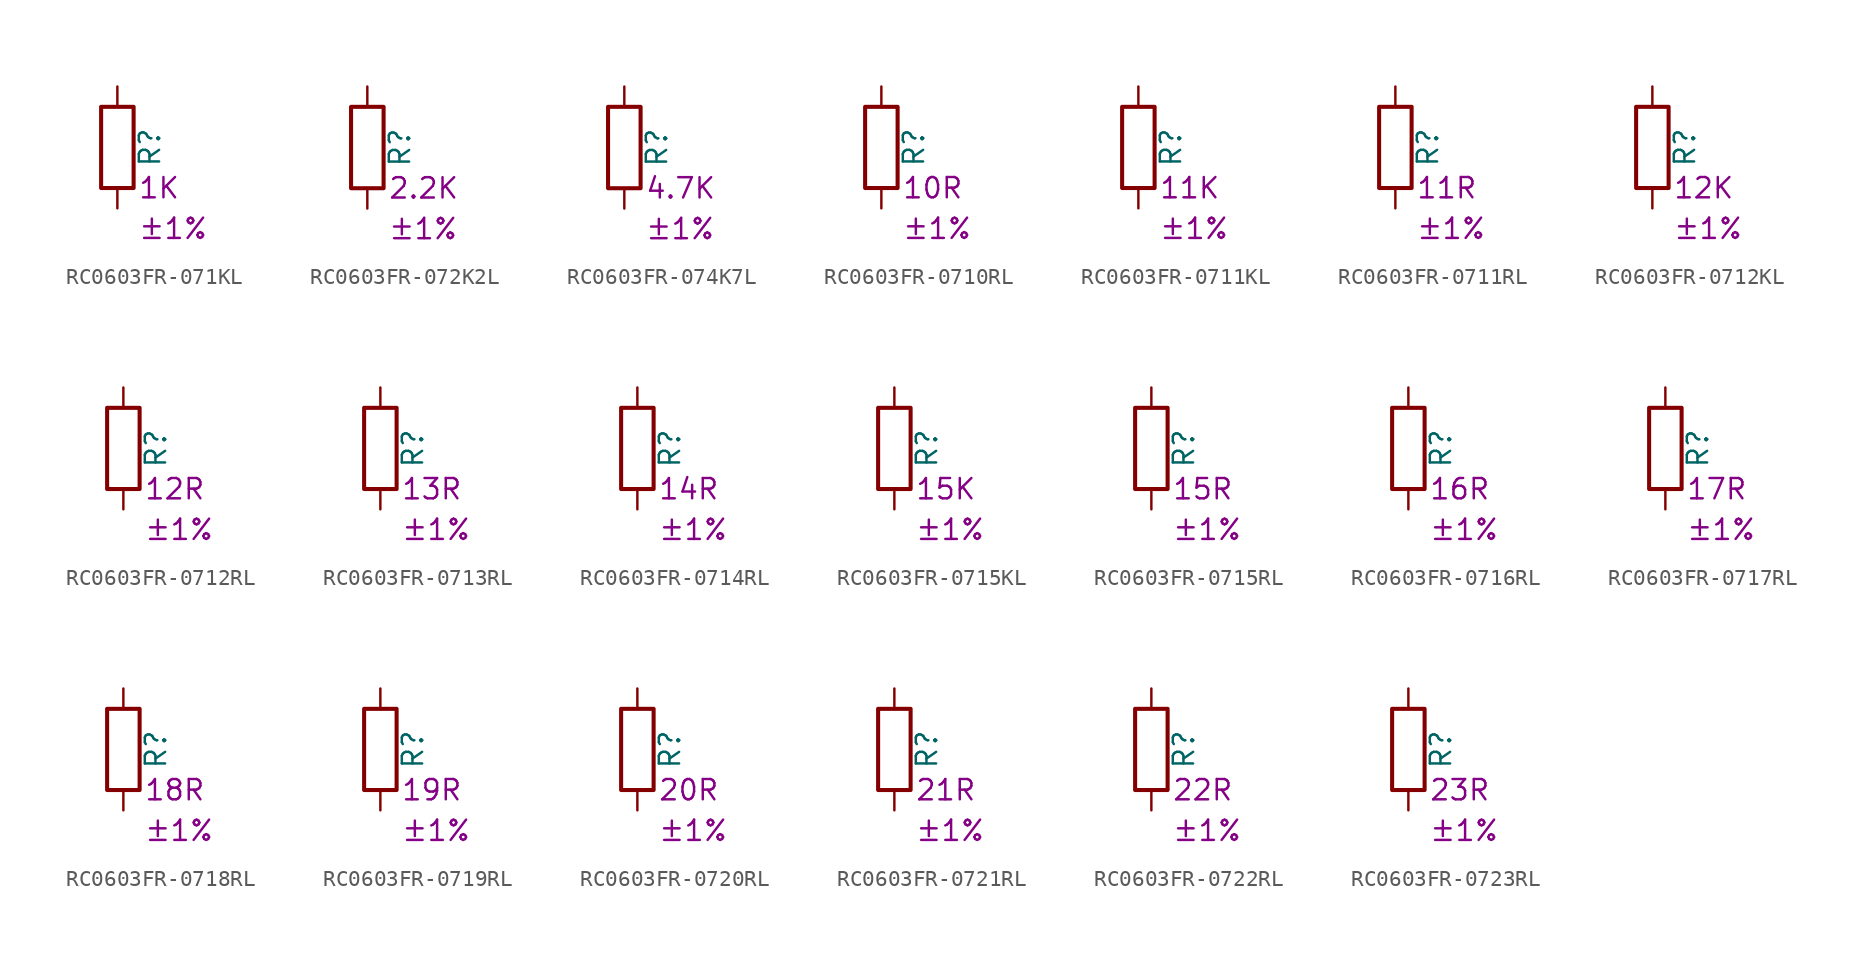
<source format=kicad_sym>
(kicad_symbol_lib
  (version 20220914)
  (generator kicad_symbol_editor)
  (symbol "RC0603FR-071KL"
    (pin_numbers hide)
    (pin_names
      (offset 0))
    (property "Reference" "R"
      (at 2.032 0 90)
      (effects (font (size 1.27 1.27))))
    (property "Resistance" "1K"
      (at 1.27 -2.54 0)
      (effects (font (size 1.27 1.27)) (justify left)))
    (property "Tolerance" "±1%"
      (at 1.27 -5.08 0)
      (effects (font (size 1.27 1.27)) (justify left)))
    (symbol "RC0603FR-071KL_0_1"
      (rectangle (start -1.016 -2.54) (end 1.016 2.54) (stroke (width 0.254) (type default)) (fill (type none))))
    (symbol "RC0603FR-071KL_1_1"
      (pin passive line (at 0 3.81 270) (length 1.27) (name "~" (effects (font (size 1.27 1.27)))) (number "1" (effects (font (size 1.27 1.27)))))
      (pin passive line (at 0 -3.81 90) (length 1.27) (name "~" (effects (font (size 1.27 1.27)))) (number "2" (effects (font (size 1.27 1.27)))))))
  (symbol "RC0603FR-072K2L"
    (pin_numbers hide)
    (pin_names
      (offset 0))
    (property "Reference" "R"
      (at 2.032 0 90)
      (effects (font (size 1.27 1.27))))
    (property "Resistance" "2.2K"
      (at 1.27 -2.54 0)
      (effects (font (size 1.27 1.27)) (justify left)))
    (property "Tolerance" "±1%"
      (at 1.27 -5.08 0)
      (effects (font (size 1.27 1.27)) (justify left)))
    (symbol "RC0603FR-072K2L_0_1"
      (rectangle (start -1.016 -2.54) (end 1.016 2.54) (stroke (width 0.254) (type default)) (fill (type none))))
    (symbol "RC0603FR-072K2L_1_1"
      (pin passive line (at 0 3.81 270) (length 1.27) (name "~" (effects (font (size 1.27 1.27)))) (number "1" (effects (font (size 1.27 1.27)))))
      (pin passive line (at 0 -3.81 90) (length 1.27) (name "~" (effects (font (size 1.27 1.27)))) (number "2" (effects (font (size 1.27 1.27)))))))
  (symbol "RC0603FR-074K7L"
    (pin_numbers hide)
    (pin_names
      (offset 0))
    (property "Reference" "R"
      (at 2.032 0 90)
      (effects (font (size 1.27 1.27))))
    (property "Resistance" "4.7K"
      (at 1.27 -2.54 0)
      (effects (font (size 1.27 1.27)) (justify left)))
    (property "Tolerance" "±1%"
      (at 1.27 -5.08 0)
      (effects (font (size 1.27 1.27)) (justify left)))
    (symbol "RC0603FR-074K7L_0_1"
      (rectangle (start -1.016 -2.54) (end 1.016 2.54) (stroke (width 0.254) (type default)) (fill (type none))))
    (symbol "RC0603FR-074K7L_1_1"
      (pin passive line (at 0 3.81 270) (length 1.27) (name "~" (effects (font (size 1.27 1.27)))) (number "1" (effects (font (size 1.27 1.27)))))
      (pin passive line (at 0 -3.81 90) (length 1.27) (name "~" (effects (font (size 1.27 1.27)))) (number "2" (effects (font (size 1.27 1.27)))))))
  (symbol "RC0603FR-0710RL"
    (pin_numbers hide)
    (pin_names
      (offset 0))
    (property "Reference" "R"
      (at 2.032 0 90)
      (effects (font (size 1.27 1.27))))
    (property "Resistance" "10R"
      (at 1.27 -2.54 0)
      (effects (font (size 1.27 1.27)) (justify left)))
    (property "Tolerance" "±1%"
      (at 1.27 -5.08 0)
      (effects (font (size 1.27 1.27)) (justify left)))
    (symbol "RC0603FR-0710RL_0_1"
      (rectangle (start -1.016 -2.54) (end 1.016 2.54) (stroke (width 0.254) (type default)) (fill (type none))))
    (symbol "RC0603FR-0710RL_1_1"
      (pin passive line (at 0 3.81 270) (length 1.27) (name "~" (effects (font (size 1.27 1.27)))) (number "1" (effects (font (size 1.27 1.27)))))
      (pin passive line (at 0 -3.81 90) (length 1.27) (name "~" (effects (font (size 1.27 1.27)))) (number "2" (effects (font (size 1.27 1.27)))))))
  (symbol "RC0603FR-0711KL"
    (pin_numbers hide)
    (pin_names
      (offset 0))
    (property "Reference" "R"
      (at 2.032 0 90)
      (effects (font (size 1.27 1.27))))
    (property "Resistance" "11K"
      (at 1.27 -2.54 0)
      (effects (font (size 1.27 1.27)) (justify left)))
    (property "Tolerance" "±1%"
      (at 1.27 -5.08 0)
      (effects (font (size 1.27 1.27)) (justify left)))
    (symbol "RC0603FR-0711KL_0_1"
      (rectangle (start -1.016 -2.54) (end 1.016 2.54) (stroke (width 0.254) (type default)) (fill (type none))))
    (symbol "RC0603FR-0711KL_1_1"
      (pin passive line (at 0 3.81 270) (length 1.27) (name "~" (effects (font (size 1.27 1.27)))) (number "1" (effects (font (size 1.27 1.27)))))
      (pin passive line (at 0 -3.81 90) (length 1.27) (name "~" (effects (font (size 1.27 1.27)))) (number "2" (effects (font (size 1.27 1.27)))))))
  (symbol "RC0603FR-0711RL"
    (pin_numbers hide)
    (pin_names
      (offset 0))
    (property "Reference" "R"
      (at 2.032 0 90)
      (effects (font (size 1.27 1.27))))
    (property "Resistance" "11R"
      (at 1.27 -2.54 0)
      (effects (font (size 1.27 1.27)) (justify left)))
    (property "Tolerance" "±1%"
      (at 1.27 -5.08 0)
      (effects (font (size 1.27 1.27)) (justify left)))
    (symbol "RC0603FR-0711RL_0_1"
      (rectangle (start -1.016 -2.54) (end 1.016 2.54) (stroke (width 0.254) (type default)) (fill (type none))))
    (symbol "RC0603FR-0711RL_1_1"
      (pin passive line (at 0 3.81 270) (length 1.27) (name "~" (effects (font (size 1.27 1.27)))) (number "1" (effects (font (size 1.27 1.27)))))
      (pin passive line (at 0 -3.81 90) (length 1.27) (name "~" (effects (font (size 1.27 1.27)))) (number "2" (effects (font (size 1.27 1.27)))))))
  (symbol "RC0603FR-0712KL"
    (pin_numbers hide)
    (pin_names
      (offset 0))
    (property "Reference" "R"
      (at 2.032 0 90)
      (effects (font (size 1.27 1.27))))
    (property "Resistance" "12K"
      (at 1.27 -2.54 0)
      (effects (font (size 1.27 1.27)) (justify left)))
    (property "Tolerance" "±1%"
      (at 1.27 -5.08 0)
      (effects (font (size 1.27 1.27)) (justify left)))
    (symbol "RC0603FR-0712KL_0_1"
      (rectangle (start -1.016 -2.54) (end 1.016 2.54) (stroke (width 0.254) (type default)) (fill (type none))))
    (symbol "RC0603FR-0712KL_1_1"
      (pin passive line (at 0 3.81 270) (length 1.27) (name "~" (effects (font (size 1.27 1.27)))) (number "1" (effects (font (size 1.27 1.27)))))
      (pin passive line (at 0 -3.81 90) (length 1.27) (name "~" (effects (font (size 1.27 1.27)))) (number "2" (effects (font (size 1.27 1.27)))))))
  (symbol "RC0603FR-0712RL"
    (pin_numbers hide)
    (pin_names
      (offset 0))
    (property "Reference" "R"
      (at 2.032 0 90)
      (effects (font (size 1.27 1.27))))
    (property "Resistance" "12R"
      (at 1.27 -2.54 0)
      (effects (font (size 1.27 1.27)) (justify left)))
    (property "Tolerance" "±1%"
      (at 1.27 -5.08 0)
      (effects (font (size 1.27 1.27)) (justify left)))
    (symbol "RC0603FR-0712RL_0_1"
      (rectangle (start -1.016 -2.54) (end 1.016 2.54) (stroke (width 0.254) (type default)) (fill (type none))))
    (symbol "RC0603FR-0712RL_1_1"
      (pin passive line (at 0 3.81 270) (length 1.27) (name "~" (effects (font (size 1.27 1.27)))) (number "1" (effects (font (size 1.27 1.27)))))
      (pin passive line (at 0 -3.81 90) (length 1.27) (name "~" (effects (font (size 1.27 1.27)))) (number "2" (effects (font (size 1.27 1.27)))))))
  (symbol "RC0603FR-0713RL"
    (pin_numbers hide)
    (pin_names
      (offset 0))
    (property "Reference" "R"
      (at 2.032 0 90)
      (effects (font (size 1.27 1.27))))
    (property "Resistance" "13R"
      (at 1.27 -2.54 0)
      (effects (font (size 1.27 1.27)) (justify left)))
    (property "Tolerance" "±1%"
      (at 1.27 -5.08 0)
      (effects (font (size 1.27 1.27)) (justify left)))
    (symbol "RC0603FR-0713RL_0_1"
      (rectangle (start -1.016 -2.54) (end 1.016 2.54) (stroke (width 0.254) (type default)) (fill (type none))))
    (symbol "RC0603FR-0713RL_1_1"
      (pin passive line (at 0 3.81 270) (length 1.27) (name "~" (effects (font (size 1.27 1.27)))) (number "1" (effects (font (size 1.27 1.27)))))
      (pin passive line (at 0 -3.81 90) (length 1.27) (name "~" (effects (font (size 1.27 1.27)))) (number "2" (effects (font (size 1.27 1.27)))))))
  (symbol "RC0603FR-0714RL"
    (pin_numbers hide)
    (pin_names
      (offset 0))
    (property "Reference" "R"
      (at 2.032 0 90)
      (effects (font (size 1.27 1.27))))
    (property "Resistance" "14R"
      (at 1.27 -2.54 0)
      (effects (font (size 1.27 1.27)) (justify left)))
    (property "Tolerance" "±1%"
      (at 1.27 -5.08 0)
      (effects (font (size 1.27 1.27)) (justify left)))
    (symbol "RC0603FR-0714RL_0_1"
      (rectangle (start -1.016 -2.54) (end 1.016 2.54) (stroke (width 0.254) (type default)) (fill (type none))))
    (symbol "RC0603FR-0714RL_1_1"
      (pin passive line (at 0 3.81 270) (length 1.27) (name "~" (effects (font (size 1.27 1.27)))) (number "1" (effects (font (size 1.27 1.27)))))
      (pin passive line (at 0 -3.81 90) (length 1.27) (name "~" (effects (font (size 1.27 1.27)))) (number "2" (effects (font (size 1.27 1.27)))))))
  (symbol "RC0603FR-0715KL"
    (pin_numbers hide)
    (pin_names
      (offset 0))
    (property "Reference" "R"
      (at 2.032 0 90)
      (effects (font (size 1.27 1.27))))
    (property "Resistance" "15K"
      (at 1.27 -2.54 0)
      (effects (font (size 1.27 1.27)) (justify left)))
    (property "Tolerance" "±1%"
      (at 1.27 -5.08 0)
      (effects (font (size 1.27 1.27)) (justify left)))
    (symbol "RC0603FR-0715KL_0_1"
      (rectangle (start -1.016 -2.54) (end 1.016 2.54) (stroke (width 0.254) (type default)) (fill (type none))))
    (symbol "RC0603FR-0715KL_1_1"
      (pin passive line (at 0 3.81 270) (length 1.27) (name "~" (effects (font (size 1.27 1.27)))) (number "1" (effects (font (size 1.27 1.27)))))
      (pin passive line (at 0 -3.81 90) (length 1.27) (name "~" (effects (font (size 1.27 1.27)))) (number "2" (effects (font (size 1.27 1.27)))))))
  (symbol "RC0603FR-0715RL"
    (pin_numbers hide)
    (pin_names
      (offset 0))
    (property "Reference" "R"
      (at 2.032 0 90)
      (effects (font (size 1.27 1.27))))
    (property "Resistance" "15R"
      (at 1.27 -2.54 0)
      (effects (font (size 1.27 1.27)) (justify left)))
    (property "Tolerance" "±1%"
      (at 1.27 -5.08 0)
      (effects (font (size 1.27 1.27)) (justify left)))
    (symbol "RC0603FR-0715RL_0_1"
      (rectangle (start -1.016 -2.54) (end 1.016 2.54) (stroke (width 0.254) (type default)) (fill (type none))))
    (symbol "RC0603FR-0715RL_1_1"
      (pin passive line (at 0 3.81 270) (length 1.27) (name "~" (effects (font (size 1.27 1.27)))) (number "1" (effects (font (size 1.27 1.27)))))
      (pin passive line (at 0 -3.81 90) (length 1.27) (name "~" (effects (font (size 1.27 1.27)))) (number "2" (effects (font (size 1.27 1.27)))))))
  (symbol "RC0603FR-0716RL"
    (pin_numbers hide)
    (pin_names
      (offset 0))
    (property "Reference" "R"
      (at 2.032 0 90)
      (effects (font (size 1.27 1.27))))
    (property "Resistance" "16R"
      (at 1.27 -2.54 0)
      (effects (font (size 1.27 1.27)) (justify left)))
    (property "Tolerance" "±1%"
      (at 1.27 -5.08 0)
      (effects (font (size 1.27 1.27)) (justify left)))
    (symbol "RC0603FR-0716RL_0_1"
      (rectangle (start -1.016 -2.54) (end 1.016 2.54) (stroke (width 0.254) (type default)) (fill (type none))))
    (symbol "RC0603FR-0716RL_1_1"
      (pin passive line (at 0 3.81 270) (length 1.27) (name "~" (effects (font (size 1.27 1.27)))) (number "1" (effects (font (size 1.27 1.27)))))
      (pin passive line (at 0 -3.81 90) (length 1.27) (name "~" (effects (font (size 1.27 1.27)))) (number "2" (effects (font (size 1.27 1.27)))))))
  (symbol "RC0603FR-0717RL"
    (pin_numbers hide)
    (pin_names
      (offset 0))
    (property "Reference" "R"
      (at 2.032 0 90)
      (effects (font (size 1.27 1.27))))
    (property "Resistance" "17R"
      (at 1.27 -2.54 0)
      (effects (font (size 1.27 1.27)) (justify left)))
    (property "Tolerance" "±1%"
      (at 1.27 -5.08 0)
      (effects (font (size 1.27 1.27)) (justify left)))
    (symbol "RC0603FR-0717RL_0_1"
      (rectangle (start -1.016 -2.54) (end 1.016 2.54) (stroke (width 0.254) (type default)) (fill (type none))))
    (symbol "RC0603FR-0717RL_1_1"
      (pin passive line (at 0 3.81 270) (length 1.27) (name "~" (effects (font (size 1.27 1.27)))) (number "1" (effects (font (size 1.27 1.27)))))
      (pin passive line (at 0 -3.81 90) (length 1.27) (name "~" (effects (font (size 1.27 1.27)))) (number "2" (effects (font (size 1.27 1.27)))))))
  (symbol "RC0603FR-0718RL"
    (pin_numbers hide)
    (pin_names
      (offset 0))
    (property "Reference" "R"
      (at 2.032 0 90)
      (effects (font (size 1.27 1.27))))
    (property "Resistance" "18R"
      (at 1.27 -2.54 0)
      (effects (font (size 1.27 1.27)) (justify left)))
    (property "Tolerance" "±1%"
      (at 1.27 -5.08 0)
      (effects (font (size 1.27 1.27)) (justify left)))
    (symbol "RC0603FR-0718RL_0_1"
      (rectangle (start -1.016 -2.54) (end 1.016 2.54) (stroke (width 0.254) (type default)) (fill (type none))))
    (symbol "RC0603FR-0718RL_1_1"
      (pin passive line (at 0 3.81 270) (length 1.27) (name "~" (effects (font (size 1.27 1.27)))) (number "1" (effects (font (size 1.27 1.27)))))
      (pin passive line (at 0 -3.81 90) (length 1.27) (name "~" (effects (font (size 1.27 1.27)))) (number "2" (effects (font (size 1.27 1.27)))))))
  (symbol "RC0603FR-0719RL"
    (pin_numbers hide)
    (pin_names
      (offset 0))
    (property "Reference" "R"
      (at 2.032 0 90)
      (effects (font (size 1.27 1.27))))
    (property "Resistance" "19R"
      (at 1.27 -2.54 0)
      (effects (font (size 1.27 1.27)) (justify left)))
    (property "Tolerance" "±1%"
      (at 1.27 -5.08 0)
      (effects (font (size 1.27 1.27)) (justify left)))
    (symbol "RC0603FR-0719RL_0_1"
      (rectangle (start -1.016 -2.54) (end 1.016 2.54) (stroke (width 0.254) (type default)) (fill (type none))))
    (symbol "RC0603FR-0719RL_1_1"
      (pin passive line (at 0 3.81 270) (length 1.27) (name "~" (effects (font (size 1.27 1.27)))) (number "1" (effects (font (size 1.27 1.27)))))
      (pin passive line (at 0 -3.81 90) (length 1.27) (name "~" (effects (font (size 1.27 1.27)))) (number "2" (effects (font (size 1.27 1.27)))))))
  (symbol "RC0603FR-0720RL"
    (pin_numbers hide)
    (pin_names
      (offset 0))
    (property "Reference" "R"
      (at 2.032 0 90)
      (effects (font (size 1.27 1.27))))
    (property "Resistance" "20R"
      (at 1.27 -2.54 0)
      (effects (font (size 1.27 1.27)) (justify left)))
    (property "Tolerance" "±1%"
      (at 1.27 -5.08 0)
      (effects (font (size 1.27 1.27)) (justify left)))
    (symbol "RC0603FR-0720RL_0_1"
      (rectangle (start -1.016 -2.54) (end 1.016 2.54) (stroke (width 0.254) (type default)) (fill (type none))))
    (symbol "RC0603FR-0720RL_1_1"
      (pin passive line (at 0 3.81 270) (length 1.27) (name "~" (effects (font (size 1.27 1.27)))) (number "1" (effects (font (size 1.27 1.27)))))
      (pin passive line (at 0 -3.81 90) (length 1.27) (name "~" (effects (font (size 1.27 1.27)))) (number "2" (effects (font (size 1.27 1.27)))))))
  (symbol "RC0603FR-0721RL"
    (pin_numbers hide)
    (pin_names
      (offset 0))
    (property "Reference" "R"
      (at 2.032 0 90)
      (effects (font (size 1.27 1.27))))
    (property "Resistance" "21R"
      (at 1.27 -2.54 0)
      (effects (font (size 1.27 1.27)) (justify left)))
    (property "Tolerance" "±1%"
      (at 1.27 -5.08 0)
      (effects (font (size 1.27 1.27)) (justify left)))
    (symbol "RC0603FR-0721RL_0_1"
      (rectangle (start -1.016 -2.54) (end 1.016 2.54) (stroke (width 0.254) (type default)) (fill (type none))))
    (symbol "RC0603FR-0721RL_1_1"
      (pin passive line (at 0 3.81 270) (length 1.27) (name "~" (effects (font (size 1.27 1.27)))) (number "1" (effects (font (size 1.27 1.27)))))
      (pin passive line (at 0 -3.81 90) (length 1.27) (name "~" (effects (font (size 1.27 1.27)))) (number "2" (effects (font (size 1.27 1.27)))))))
  (symbol "RC0603FR-0722RL"
    (pin_numbers hide)
    (pin_names
      (offset 0))
    (property "Reference" "R"
      (at 2.032 0 90)
      (effects (font (size 1.27 1.27))))
    (property "Resistance" "22R"
      (at 1.27 -2.54 0)
      (effects (font (size 1.27 1.27)) (justify left)))
    (property "Tolerance" "±1%"
      (at 1.27 -5.08 0)
      (effects (font (size 1.27 1.27)) (justify left)))
    (symbol "RC0603FR-0722RL_0_1"
      (rectangle (start -1.016 -2.54) (end 1.016 2.54) (stroke (width 0.254) (type default)) (fill (type none))))
    (symbol "RC0603FR-0722RL_1_1"
      (pin passive line (at 0 3.81 270) (length 1.27) (name "~" (effects (font (size 1.27 1.27)))) (number "1" (effects (font (size 1.27 1.27)))))
      (pin passive line (at 0 -3.81 90) (length 1.27) (name "~" (effects (font (size 1.27 1.27)))) (number "2" (effects (font (size 1.27 1.27)))))))
  (symbol "RC0603FR-0723RL"
    (pin_numbers hide)
    (pin_names
      (offset 0))
    (property "Reference" "R"
      (at 2.032 0 90)
      (effects (font (size 1.27 1.27))))
    (property "Resistance" "23R"
      (at 1.27 -2.54 0)
      (effects (font (size 1.27 1.27)) (justify left)))
    (property "Tolerance" "±1%"
      (at 1.27 -5.08 0)
      (effects (font (size 1.27 1.27)) (justify left)))
    (symbol "RC0603FR-0723RL_0_1"
      (rectangle (start -1.016 -2.54) (end 1.016 2.54) (stroke (width 0.254) (type default)) (fill (type none))))
    (symbol "RC0603FR-0723RL_1_1"
      (pin passive line (at 0 3.81 270) (length 1.27) (name "~" (effects (font (size 1.27 1.27)))) (number "1" (effects (font (size 1.27 1.27)))))
      (pin passive line (at 0 -3.81 90) (length 1.27) (name "~" (effects (font (size 1.27 1.27)))) (number "2" (effects (font (size 1.27 1.27))))))))
</source>
